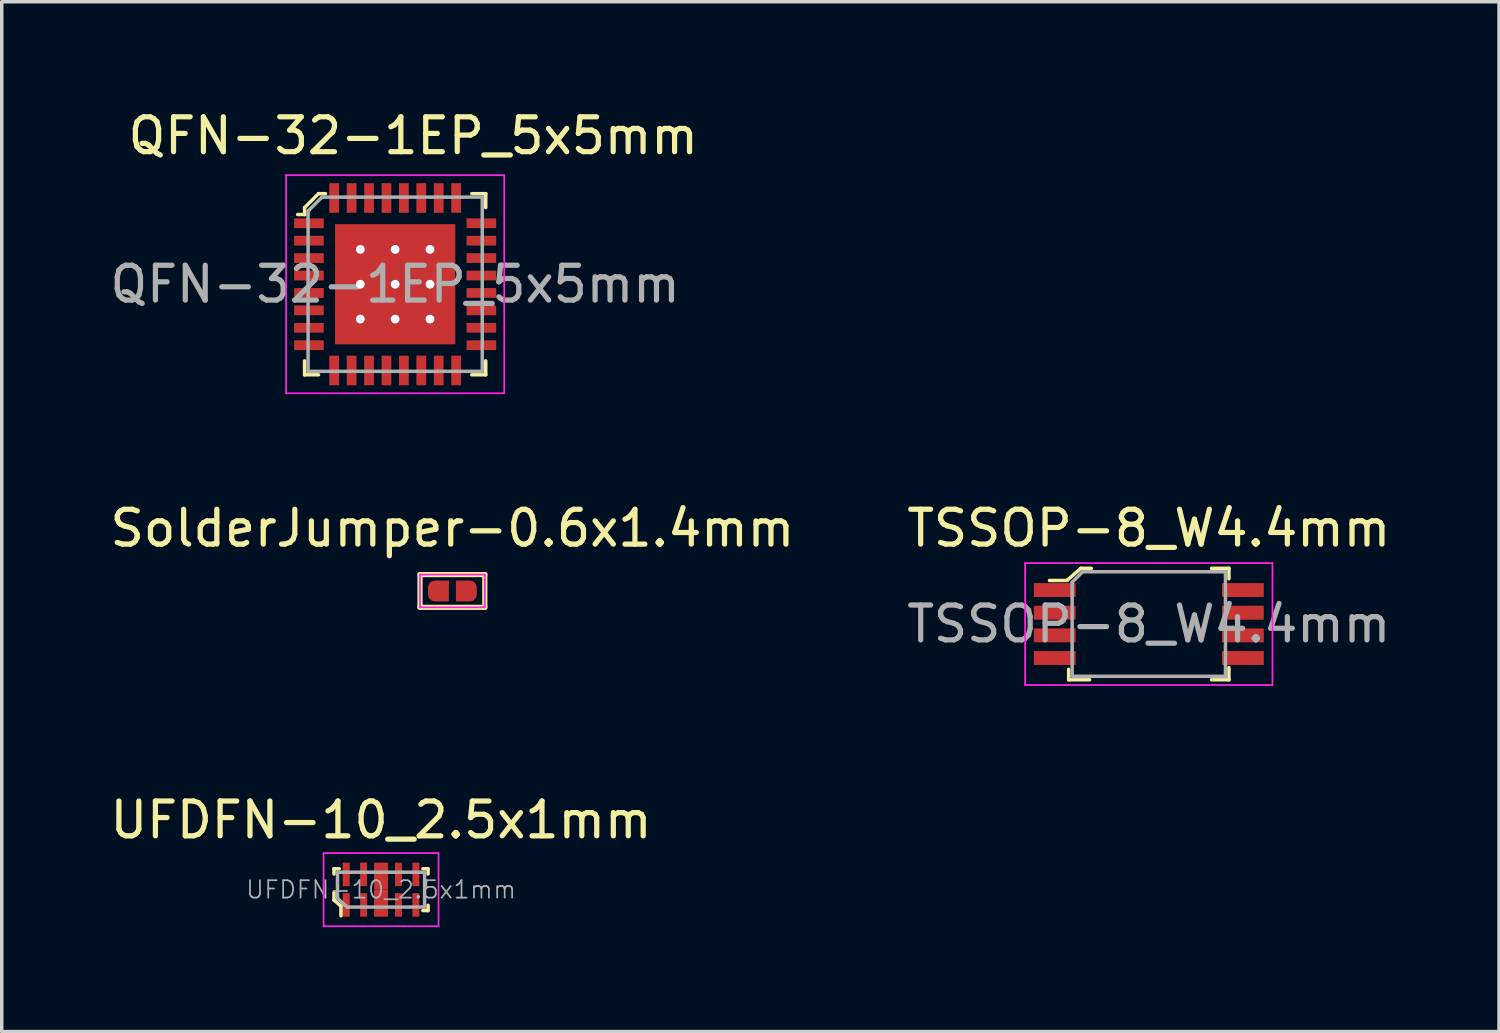
<source format=kicad_pcb>
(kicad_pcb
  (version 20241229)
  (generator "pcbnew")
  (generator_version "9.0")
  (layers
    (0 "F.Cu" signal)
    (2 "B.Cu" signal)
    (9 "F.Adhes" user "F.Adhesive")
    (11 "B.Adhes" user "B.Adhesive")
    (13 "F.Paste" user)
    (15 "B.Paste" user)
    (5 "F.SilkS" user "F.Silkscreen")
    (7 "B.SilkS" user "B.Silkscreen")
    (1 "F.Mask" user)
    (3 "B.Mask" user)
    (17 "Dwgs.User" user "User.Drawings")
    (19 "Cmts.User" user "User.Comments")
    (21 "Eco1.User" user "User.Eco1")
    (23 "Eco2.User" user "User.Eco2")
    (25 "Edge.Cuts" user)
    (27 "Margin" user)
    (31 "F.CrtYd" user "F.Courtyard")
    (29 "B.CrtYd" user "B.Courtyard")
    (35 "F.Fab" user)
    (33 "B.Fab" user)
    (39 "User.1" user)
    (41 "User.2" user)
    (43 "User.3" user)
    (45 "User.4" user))
  (footprint "SolderJumper-0.6x1.4mm"
    (layer "F.Cu")
    (at 9.935 13.912)
    (property "Reference" "SolderJumper-0.6x1.4mm" (at 0 -1.8 0) (layer "F.SilkS") (effects (font (size 1 1) (thickness 0.15))))
    (attr exclude_from_pos_files exclude_from_bom)
    (fp_line (start -0.93 -0.47) (end 0.93 -0.47) (stroke (width 0.15) (type solid)) (layer "F.SilkS"))
    (fp_line (start -0.93 0.47) (end -0.93 -0.47) (stroke (width 0.15) (type solid)) (layer "F.SilkS"))
    (fp_line (start 0.93 -0.47) (end 0.93 0.47) (stroke (width 0.15) (type solid)) (layer "F.SilkS"))
    (fp_line (start 0.93 0.47) (end -0.93 0.47) (stroke (width 0.15) (type solid)) (layer "F.SilkS"))
    (fp_line (start -0.93 -0.47) (end -0.93 0.47) (stroke (width 0.05) (type solid)) (layer "F.CrtYd"))
    (fp_line (start -0.93 -0.47) (end 0.93 -0.47) (stroke (width 0.05) (type solid)) (layer "F.CrtYd"))
    (fp_line (start 0.93 0.47) (end -0.93 0.47) (stroke (width 0.05) (type solid)) (layer "F.CrtYd"))
    (fp_line (start 0.93 0.47) (end 0.93 -0.47) (stroke (width 0.05) (type solid)) (layer "F.CrtYd"))
    (pad "1" smd custom (at -0.4 0 180) (size 0.6 0.2) (layers "F.Cu" "F.Mask") (options (anchor rect)) (primitives (gr_circle (center 0.1 0.1) (end 0.3 0.1) (width 0) (fill yes)) (gr_circle (center 0.1 -0.1) (end 0.3 -0.1) (width 0) (fill yes)) (gr_poly (pts (xy 0.1 -0.3) (xy -0.3 -0.3) (xy -0.3 0.3) (xy 0.1 0.3)) (width 0) (fill yes))))
    (pad "2" smd custom (at 0.4 0) (size 0.6 0.2) (layers "F.Cu" "F.Mask") (options (anchor rect)) (primitives (gr_circle (center 0.1 0.1) (end 0.3 0.1) (width 0) (fill yes)) (gr_circle (center 0.1 -0.1) (end 0.3 -0.1) (width 0) (fill yes)) (gr_poly (pts (xy 0.1 -0.3) (xy -0.3 -0.3) (xy -0.3 0.3) (xy 0.1 0.3)) (width 0) (fill yes)))))
  (footprint "TSSOP-8_W4.4mm"
    (layer "F.Cu")
    (at 29.923 14.861)
    (property "Reference" "TSSOP-8_W4.4mm" (at 0 -2.75 0) (layer "F.SilkS") (effects (font (size 1 1) (thickness 0.15))))
    (attr smd)
    (fp_line (start -2.35 -1.25) (end -2.85 -1.25) (stroke (width 0.1) (type solid)) (layer "F.SilkS"))
    (fp_line (start -2.3 1.3) (end -2.3 1.6) (stroke (width 0.1) (type solid)) (layer "F.SilkS"))
    (fp_line (start -2.3 1.6) (end -1.7 1.6) (stroke (width 0.1) (type solid)) (layer "F.SilkS"))
    (fp_line (start -1.95 -1.6) (end -2.35 -1.25) (stroke (width 0.1) (type solid)) (layer "F.SilkS"))
    (fp_line (start -1.65 -1.6) (end -1.95 -1.6) (stroke (width 0.1) (type solid)) (layer "F.SilkS"))
    (fp_line (start 2.3 -1.6) (end 1.8 -1.6) (stroke (width 0.1) (type solid)) (layer "F.SilkS"))
    (fp_line (start 2.3 -1.3) (end 2.3 -1.6) (stroke (width 0.1) (type solid)) (layer "F.SilkS"))
    (fp_line (start 2.3 1.25) (end 2.3 1.6) (stroke (width 0.1) (type solid)) (layer "F.SilkS"))
    (fp_line (start 2.3 1.6) (end 1.8 1.6) (stroke (width 0.1) (type solid)) (layer "F.SilkS"))
    (fp_line (start -3.55 -1.75) (end 3.55 -1.75) (stroke (width 0.05) (type solid)) (layer "F.CrtYd"))
    (fp_line (start -3.55 1.75) (end -3.55 -1.75) (stroke (width 0.05) (type solid)) (layer "F.CrtYd"))
    (fp_line (start 3.55 1.75) (end -3.55 1.75) (stroke (width 0.05) (type solid)) (layer "F.CrtYd"))
    (fp_line (start 3.55 1.75) (end 3.55 -1.75) (stroke (width 0.05) (type solid)) (layer "F.CrtYd"))
    (fp_line (start -2.2 -1.2) (end -2.2 1.5) (stroke (width 0.1) (type solid)) (layer "F.Fab"))
    (fp_line (start -2.2 -1.2) (end -1.9 -1.5) (stroke (width 0.1) (type solid)) (layer "F.Fab"))
    (fp_line (start -2.2 1.5) (end 2.2 1.5) (stroke (width 0.1) (type solid)) (layer "F.Fab"))
    (fp_line (start -1.9 -1.5) (end 2.2 -1.5) (stroke (width 0.1) (type solid)) (layer "F.Fab"))
    (fp_line (start 2.2 -1.5) (end 2.2 1.5) (stroke (width 0.1) (type solid)) (layer "F.Fab"))
    (fp_text user "${REFERENCE}" (at 0 0 0) (layer "F.Fab") (effects (font (size 1 1) (thickness 0.15))))
    (pad "1" smd rect (at -2.7 -0.975) (size 1.2 0.4) (layers "F.Cu" "F.Mask" "F.Paste"))
    (pad "2" smd rect (at -2.7 -0.325) (size 1.2 0.4) (layers "F.Cu" "F.Mask" "F.Paste"))
    (pad "3" smd rect (at -2.7 0.325) (size 1.2 0.4) (layers "F.Cu" "F.Mask" "F.Paste"))
    (pad "4" smd rect (at -2.7 0.975) (size 1.2 0.4) (layers "F.Cu" "F.Mask" "F.Paste"))
    (pad "5" smd rect (at 2.7 0.975) (size 1.2 0.4) (layers "F.Cu" "F.Mask" "F.Paste"))
    (pad "6" smd rect (at 2.7 0.325) (size 1.2 0.4) (layers "F.Cu" "F.Mask" "F.Paste"))
    (pad "7" smd rect (at 2.7 -0.325) (size 1.2 0.4) (layers "F.Cu" "F.Mask" "F.Paste"))
    (pad "8" smd rect (at 2.7 -0.975) (size 1.2 0.4) (layers "F.Cu" "F.Mask" "F.Paste")))
  (footprint "UFDFN-10_2.5x1mm"
    (layer "F.Cu")
    (at 7.887 22.485)
    (property "Reference" "UFDFN-10_2.5x1mm" (at 0 -2 0) (layer "F.SilkS") (effects (font (size 1 1) (thickness 0.15))))
    (attr smd)
    (fp_line (start -1.35 -0.6) (end -1.35 -0.45) (stroke (width 0.1) (type solid)) (layer "F.SilkS"))
    (fp_line (start -1.35 -0.6) (end -1.2 -0.6) (stroke (width 0.1) (type solid)) (layer "F.SilkS"))
    (fp_line (start -1.35 0.3) (end -1.35 0.075) (stroke (width 0.1) (type solid)) (layer "F.SilkS"))
    (fp_line (start -1.15 0.475) (end -1.35 0.3) (stroke (width 0.1) (type solid)) (layer "F.SilkS"))
    (fp_line (start -1.15 0.75) (end -1.15 0.475) (stroke (width 0.1) (type solid)) (layer "F.SilkS"))
    (fp_line (start 1.35 -0.6) (end 1.2 -0.6) (stroke (width 0.1) (type solid)) (layer "F.SilkS"))
    (fp_line (start 1.35 -0.6) (end 1.35 -0.45) (stroke (width 0.1) (type solid)) (layer "F.SilkS"))
    (fp_line (start 1.35 0.6) (end 1.2 0.6) (stroke (width 0.1) (type solid)) (layer "F.SilkS"))
    (fp_line (start 1.35 0.6) (end 1.35 0.45) (stroke (width 0.1) (type solid)) (layer "F.SilkS"))
    (fp_line (start -1.65 -1.05) (end 1.65 -1.05) (stroke (width 0.05) (type solid)) (layer "F.CrtYd"))
    (fp_line (start -1.65 1.05) (end -1.65 -1.05) (stroke (width 0.05) (type solid)) (layer "F.CrtYd"))
    (fp_line (start 1.65 -1.05) (end 1.65 1.05) (stroke (width 0.05) (type solid)) (layer "F.CrtYd"))
    (fp_line (start 1.65 1.05) (end -1.65 1.05) (stroke (width 0.05) (type solid)) (layer "F.CrtYd"))
    (fp_line (start -1.25 -0.5) (end 1.25 -0.5) (stroke (width 0.1) (type solid)) (layer "F.Fab"))
    (fp_line (start -1.25 0.25) (end -1.25 -0.5) (stroke (width 0.1) (type solid)) (layer "F.Fab"))
    (fp_line (start -0.975 0.5) (end -1.25 0.25) (stroke (width 0.1) (type solid)) (layer "F.Fab"))
    (fp_line (start 1.25 -0.5) (end 1.25 0.5) (stroke (width 0.1) (type solid)) (layer "F.Fab"))
    (fp_line (start 1.25 0.5) (end -0.975 0.5) (stroke (width 0.1) (type solid)) (layer "F.Fab"))
    (fp_text user "${REFERENCE}" (at 0 0 0) (layer "F.Fab") (effects (font (size 0.5 0.5) (thickness 0.05))))
    (pad "1" smd rect (at -1 0.438) (size 0.2 0.675) (layers "F.Cu" "F.Mask" "F.Paste"))
    (pad "2" smd rect (at -0.5 0.438) (size 0.2 0.675) (layers "F.Cu" "F.Mask" "F.Paste"))
    (pad "3" smd rect (at 0 0.388) (size 0.4 0.775) (layers "F.Cu" "F.Mask" "F.Paste"))
    (pad "4" smd rect (at 0.5 0.438) (size 0.2 0.675) (layers "F.Cu" "F.Mask" "F.Paste"))
    (pad "5" smd rect (at 1 0.438) (size 0.2 0.675) (layers "F.Cu" "F.Mask" "F.Paste"))
    (pad "6" smd rect (at 1 -0.438) (size 0.2 0.675) (layers "F.Cu" "F.Mask" "F.Paste"))
    (pad "7" smd rect (at 0.5 -0.438) (size 0.2 0.675) (layers "F.Cu" "F.Mask" "F.Paste"))
    (pad "8" smd rect (at 0 -0.388) (size 0.4 0.775) (layers "F.Cu" "F.Mask" "F.Paste"))
    (pad "9" smd rect (at -0.5 -0.438) (size 0.2 0.675) (layers "F.Cu" "F.Mask" "F.Paste"))
    (pad "10" smd rect (at -1 -0.438) (size 0.2 0.675) (layers "F.Cu" "F.Mask" "F.Paste")))
  (footprint "QFN-32-1EP_5x5mm"
    (layer "F.Cu")
    (at 8.812 5.558)
    (property "Reference" "QFN-32-1EP_5x5mm" (at 0 -4.71 0) (layer "F.SilkS") (effects (font (size 1 1) (thickness 0.15))))
    (attr smd)
    (fp_line (start -3.12 -2.65) (end -3.12 -2.45) (stroke (width 0.1) (type solid)) (layer "F.SilkS"))
    (fp_line (start -3.12 -2.45) (end -3.32 -2.45) (stroke (width 0.1) (type solid)) (layer "F.SilkS"))
    (fp_line (start -3.12 2.15) (end -3.12 1.75) (stroke (width 0.1) (type solid)) (layer "F.SilkS"))
    (fp_line (start -2.72 -3.05) (end -3.12 -2.65) (stroke (width 0.1) (type solid)) (layer "F.SilkS"))
    (fp_line (start -2.72 2.15) (end -3.12 2.15) (stroke (width 0.1) (type solid)) (layer "F.SilkS"))
    (fp_line (start -2.52 -3.05) (end -2.72 -3.05) (stroke (width 0.1) (type solid)) (layer "F.SilkS"))
    (fp_line (start 2.08 -3.05) (end 1.68 -3.05) (stroke (width 0.1) (type solid)) (layer "F.SilkS"))
    (fp_line (start 2.08 -3.05) (end 2.08 -2.65) (stroke (width 0.1) (type solid)) (layer "F.SilkS"))
    (fp_line (start 2.08 1.75) (end 2.08 2.15) (stroke (width 0.1) (type solid)) (layer "F.SilkS"))
    (fp_line (start 2.08 2.15) (end 1.68 2.15) (stroke (width 0.1) (type solid)) (layer "F.SilkS"))
    (fp_line (start -3.65 2.68) (end -3.65 -3.58) (stroke (width 0.05) (type solid)) (layer "F.CrtYd"))
    (fp_line (start 2.61 -3.58) (end -3.65 -3.58) (stroke (width 0.05) (type solid)) (layer "F.CrtYd"))
    (fp_line (start 2.61 -3.58) (end 2.61 2.68) (stroke (width 0.05) (type solid)) (layer "F.CrtYd"))
    (fp_line (start 2.61 2.68) (end -3.65 2.68) (stroke (width 0.05) (type solid)) (layer "F.CrtYd"))
    (fp_line (start -3.02 -2.55) (end -3.02 2.05) (stroke (width 0.1) (type solid)) (layer "F.Fab"))
    (fp_line (start -2.62 -2.95) (end -3.02 -2.55) (stroke (width 0.1) (type solid)) (layer "F.Fab"))
    (fp_line (start -2.62 -2.95) (end 1.98 -2.95) (stroke (width 0.1) (type solid)) (layer "F.Fab"))
    (fp_line (start 1.98 -2.95) (end 1.98 2.05) (stroke (width 0.1) (type solid)) (layer "F.Fab"))
    (fp_line (start 1.98 2.05) (end -3.02 2.05) (stroke (width 0.1) (type solid)) (layer "F.Fab"))
    (fp_text user "${REFERENCE}" (at -0.52 -0.45 0) (layer "F.Fab") (effects (font (size 1 1) (thickness 0.15))))
    (pad "1" smd rect (at -2.995 -2.2 270) (size 0.28 0.85) (layers "F.Cu" "F.Mask" "F.Paste"))
    (pad "2" smd rect (at -2.995 -1.7 270) (size 0.28 0.85) (layers "F.Cu" "F.Mask" "F.Paste"))
    (pad "3" smd rect (at -2.995 -1.2 270) (size 0.28 0.85) (layers "F.Cu" "F.Mask" "F.Paste"))
    (pad "4" smd rect (at -2.995 -0.7 270) (size 0.28 0.85) (layers "F.Cu" "F.Mask" "F.Paste"))
    (pad "5" smd rect (at -2.995 -0.2 270) (size 0.28 0.85) (layers "F.Cu" "F.Mask" "F.Paste"))
    (pad "6" smd rect (at -2.995 0.3 270) (size 0.28 0.85) (layers "F.Cu" "F.Mask" "F.Paste"))
    (pad "7" smd rect (at -2.995 0.8 270) (size 0.28 0.85) (layers "F.Cu" "F.Mask" "F.Paste"))
    (pad "8" smd rect (at -2.995 1.3 270) (size 0.28 0.85) (layers "F.Cu" "F.Mask" "F.Paste"))
    (pad "9" smd rect (at -2.27 2.025 270) (size 0.85 0.28) (layers "F.Cu" "F.Mask" "F.Paste"))
    (pad "10" smd rect (at -1.77 2.025 270) (size 0.85 0.28) (layers "F.Cu" "F.Mask" "F.Paste"))
    (pad "11" smd rect (at -1.27 2.025 270) (size 0.85 0.28) (layers "F.Cu" "F.Mask" "F.Paste"))
    (pad "12" smd rect (at -0.77 2.025 270) (size 0.85 0.28) (layers "F.Cu" "F.Mask" "F.Paste"))
    (pad "13" smd rect (at -0.27 2.025 270) (size 0.85 0.28) (layers "F.Cu" "F.Mask" "F.Paste"))
    (pad "14" smd rect (at 0.23 2.025 270) (size 0.85 0.28) (layers "F.Cu" "F.Mask" "F.Paste"))
    (pad "15" smd rect (at 0.73 2.025 270) (size 0.85 0.28) (layers "F.Cu" "F.Mask" "F.Paste"))
    (pad "16" smd rect (at 1.23 2.025 270) (size 0.85 0.28) (layers "F.Cu" "F.Mask" "F.Paste"))
    (pad "17" smd rect (at 1.955 1.3 270) (size 0.28 0.85) (layers "F.Cu" "F.Mask" "F.Paste"))
    (pad "18" smd rect (at 1.955 0.8 270) (size 0.28 0.85) (layers "F.Cu" "F.Mask" "F.Paste"))
    (pad "19" smd rect (at 1.955 0.3 270) (size 0.28 0.85) (layers "F.Cu" "F.Mask" "F.Paste"))
    (pad "20" smd rect (at 1.955 -0.2 270) (size 0.28 0.85) (layers "F.Cu" "F.Mask" "F.Paste"))
    (pad "21" smd rect (at 1.955 -0.7 270) (size 0.28 0.85) (layers "F.Cu" "F.Mask" "F.Paste"))
    (pad "22" smd rect (at 1.955 -1.2 270) (size 0.28 0.85) (layers "F.Cu" "F.Mask" "F.Paste"))
    (pad "23" smd rect (at 1.955 -1.7 270) (size 0.28 0.85) (layers "F.Cu" "F.Mask" "F.Paste"))
    (pad "24" smd rect (at 1.955 -2.2 270) (size 0.28 0.85) (layers "F.Cu" "F.Mask" "F.Paste"))
    (pad "25" smd rect (at 1.23 -2.925 270) (size 0.85 0.28) (layers "F.Cu" "F.Mask" "F.Paste"))
    (pad "26" smd rect (at 0.73 -2.925 270) (size 0.85 0.28) (layers "F.Cu" "F.Mask" "F.Paste"))
    (pad "27" smd rect (at 0.23 -2.925 270) (size 0.85 0.28) (layers "F.Cu" "F.Mask" "F.Paste"))
    (pad "28" smd rect (at -0.27 -2.925 270) (size 0.85 0.28) (layers "F.Cu" "F.Mask" "F.Paste"))
    (pad "29" smd rect (at -0.77 -2.925 270) (size 0.85 0.28) (layers "F.Cu" "F.Mask" "F.Paste"))
    (pad "30" smd rect (at -1.27 -2.925 270) (size 0.85 0.28) (layers "F.Cu" "F.Mask" "F.Paste"))
    (pad "31" smd rect (at -1.77 -2.925 270) (size 0.85 0.28) (layers "F.Cu" "F.Mask" "F.Paste"))
    (pad "32" smd rect (at -2.27 -2.925 270) (size 0.85 0.28) (layers "F.Cu" "F.Mask" "F.Paste"))
    (pad "33" thru_hole circle (at -1.52 -1.45 270) (size 0.25 0.25) (drill 0.25) (layers "*.Cu" "*.Mask"))
    (pad "33" thru_hole circle (at -1.52 -0.45 270) (size 0.25 0.25) (drill 0.25) (layers "*.Cu" "*.Mask"))
    (pad "33" thru_hole circle (at -1.52 0.55 270) (size 0.25 0.25) (drill 0.25) (layers "*.Cu" "*.Mask"))
    (pad "33" thru_hole circle (at -0.52 -1.45 270) (size 0.25 0.25) (drill 0.25) (layers "*.Cu" "*.Mask"))
    (pad "33" thru_hole circle (at -0.52 -0.45 270) (size 0.25 0.25) (drill 0.25) (layers "*.Cu" "*.Mask"))
    (pad "33" smd rect (at -0.52 -0.45 270) (size 3.45 3.45) (layers "F.Cu" "F.Mask" "F.Paste"))
    (pad "33" thru_hole circle (at -0.52 0.55 270) (size 0.25 0.25) (drill 0.25) (layers "*.Cu" "*.Mask"))
    (pad "33" thru_hole circle (at 0.48 -1.45 270) (size 0.25 0.25) (drill 0.25) (layers "*.Cu" "*.Mask"))
    (pad "33" thru_hole circle (at 0.48 -0.45 270) (size 0.25 0.25) (drill 0.25) (layers "*.Cu" "*.Mask"))
    (pad "33" thru_hole circle (at 0.48 0.55 270) (size 0.25 0.25) (drill 0.25) (layers "*.Cu" "*.Mask")))
  (gr_rect
    (start -3 -3)
    (end 39.976 26.56)
    (stroke (width 0.1) (type default))
    (fill no)
    (layer "Edge.Cuts")))
</source>
